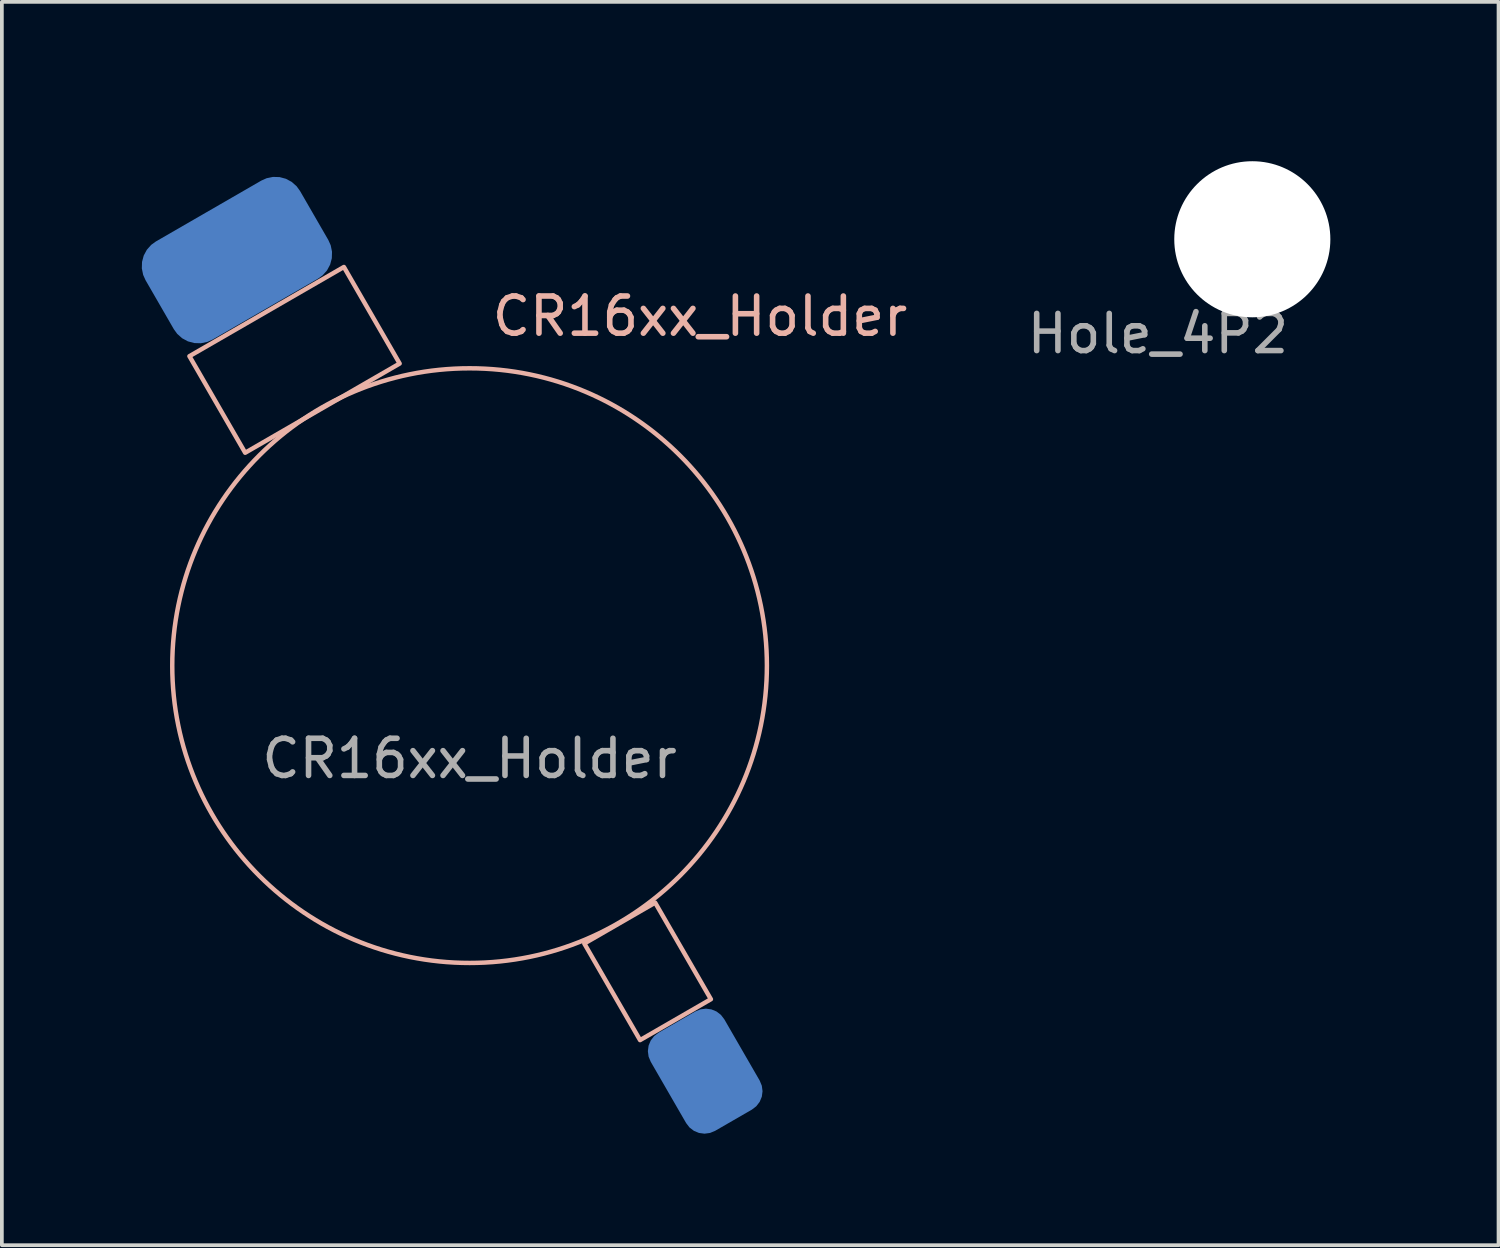
<source format=kicad_pcb>
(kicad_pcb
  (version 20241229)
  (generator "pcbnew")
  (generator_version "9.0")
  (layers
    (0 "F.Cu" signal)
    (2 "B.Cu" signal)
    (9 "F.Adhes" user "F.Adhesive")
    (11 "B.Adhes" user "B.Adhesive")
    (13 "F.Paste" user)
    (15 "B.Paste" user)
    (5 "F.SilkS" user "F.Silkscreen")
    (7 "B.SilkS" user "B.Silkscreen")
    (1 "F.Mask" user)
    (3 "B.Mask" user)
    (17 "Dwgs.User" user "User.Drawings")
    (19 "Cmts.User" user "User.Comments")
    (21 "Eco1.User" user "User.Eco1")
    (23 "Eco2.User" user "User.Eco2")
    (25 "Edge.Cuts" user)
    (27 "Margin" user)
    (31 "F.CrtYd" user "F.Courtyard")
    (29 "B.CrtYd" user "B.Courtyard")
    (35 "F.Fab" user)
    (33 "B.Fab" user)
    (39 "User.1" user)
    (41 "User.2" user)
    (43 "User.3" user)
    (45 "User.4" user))
  (footprint "Hole_4P2"
    (layer "F.Cu")
    (at 30.646 3.388)
    (property "Reference" "Hole_4P2" (at 0 -2.54 0) (unlocked yes) (layer "User.1") (effects (font (size 1 1) (thickness 0.15))))
    (fp_text user "${REFERENCE}" (at -2.54 2.54 0) (unlocked yes) (layer "F.Fab") (effects (font (size 1 1) (thickness 0.15))))
    (pad "" np_thru_hole circle (at 0 0) (size 4.2 4.2) (drill 4.2) (layers "*.Cu")))
  (footprint "CR16xx_Holder"
    (layer "F.Cu")
    (at 9.585 9.585)
    (property "Reference" "CR16xx_Holder" (at 6.2 -4.125 0) (unlocked yes) (layer "B.SilkS") (effects (font (size 1 1) (thickness 0.15))))
    (attr smd)
    (fp_circle (center 0 5.275) (end 8 5.275) (stroke (width 0.12) (type solid)) (fill no) (layer "B.SilkS"))
    (fp_poly (pts (xy -1.882 -2.853) (xy -6.038 -0.453) (xy -7.538 -3.051) (xy -3.382 -5.451)) (stroke (width 0.12) (type solid)) (fill no) (layer "B.SilkS"))
    (fp_poly (pts (xy 4.993 11.653) (xy 3.087 12.753) (xy 4.587 15.351) (xy 6.493 14.251)) (stroke (width 0.12) (type solid)) (fill no) (layer "B.SilkS"))
    (fp_rect (start -9.525 -9.525) (end 9.525 9.525) (stroke (width 0.12) (type solid)) (fill no) (layer "User.1"))
    (fp_text user "${REFERENCE}" (at 0 7.775 0) (unlocked yes) (layer "F.Fab") (effects (font (size 1 1) (thickness 0.15))))
    (pad "1" smd roundrect (at -6.26 -5.637 210) (size 4.8 3.048) (layers "B.Cu" "B.Mask" "B.Paste") (roundrect_rratio 0.25))
    (pad "2" smd roundrect (at 6.34 16.187 210) (size 2.286 3.048) (layers "B.Cu" "B.Mask" "B.Paste") (roundrect_rratio 0.25)))
  (gr_rect
    (start -3 -3)
    (end 37.271 30.454)
    (stroke (width 0.1) (type default))
    (fill no)
    (layer "Edge.Cuts")))
</source>
